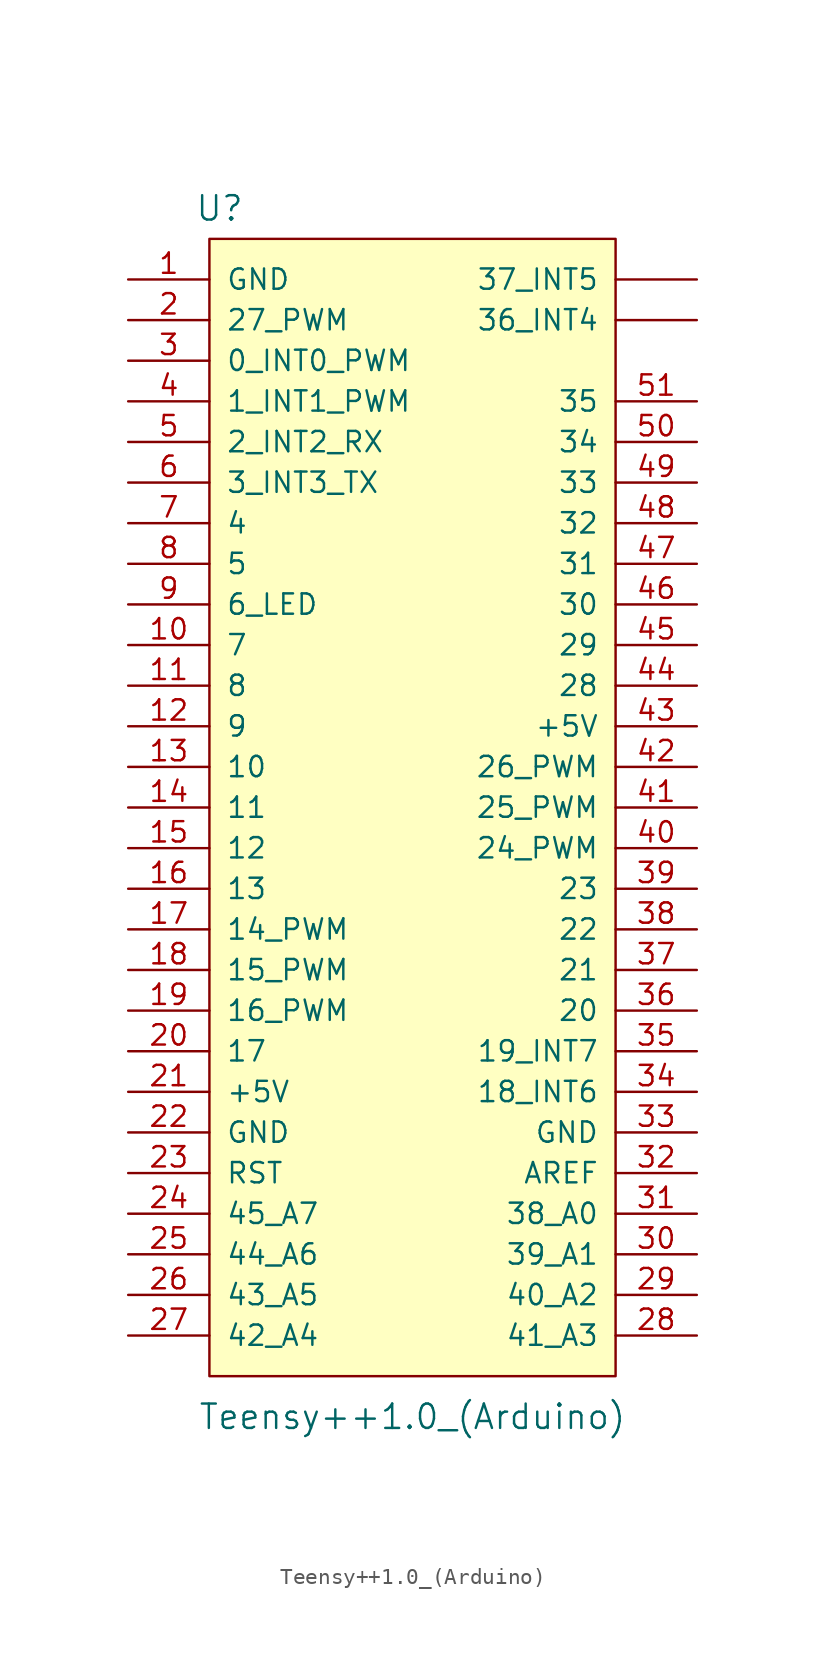
<source format=kicad_sym>
(kicad_symbol_lib
  (version 20241209)
  (generator "kicad_symbol_editor")
  (generator_version "9.0")
  (symbol "Teensy++1.0_(Arduino)"
    (pin_names
      (offset 1.016))
    (property "Reference" "U"
      (at -12.065 37.465 0)
      (effects (font (size 1.524 1.524))))
    (property "Value" "Teensy++1.0_(Arduino)"
      (at 0 -38.1 0)
      (effects (font (size 1.524 1.524))))
    (property "Datasheet" ""
      (at 2.54 -20.32 0)
      (effects (font (size 1.524 1.524))))
    (symbol "Teensy++1.0_(Arduino)_0_1"
      (rectangle (start -12.7 35.56) (end 12.7 -35.56) (stroke (width 0) (type default)) (fill (type background))))
    (symbol "Teensy++1.0_(Arduino)_1_1"
      (pin power_in line (at -17.78 33.02 0) (length 5.08) (name "GND" (effects (font (size 1.27 1.27)))) (number "1" (effects (font (size 1.27 1.27)))))
      (pin bidirectional line (at -17.78 30.48 0) (length 5.08) (name "27_PWM" (effects (font (size 1.27 1.27)))) (number "2" (effects (font (size 1.27 1.27)))))
      (pin bidirectional line (at -17.78 27.94 0) (length 5.08) (name "0_INT0_PWM" (effects (font (size 1.27 1.27)))) (number "3" (effects (font (size 1.27 1.27)))))
      (pin bidirectional line (at -17.78 25.4 0) (length 5.08) (name "1_INT1_PWM" (effects (font (size 1.27 1.27)))) (number "4" (effects (font (size 1.27 1.27)))))
      (pin bidirectional line (at -17.78 22.86 0) (length 5.08) (name "2_INT2_RX" (effects (font (size 1.27 1.27)))) (number "5" (effects (font (size 1.27 1.27)))))
      (pin bidirectional line (at -17.78 20.32 0) (length 5.08) (name "3_INT3_TX" (effects (font (size 1.27 1.27)))) (number "6" (effects (font (size 1.27 1.27)))))
      (pin bidirectional line (at -17.78 17.78 0) (length 5.08) (name "4" (effects (font (size 1.27 1.27)))) (number "7" (effects (font (size 1.27 1.27)))))
      (pin bidirectional line (at -17.78 15.24 0) (length 5.08) (name "5" (effects (font (size 1.27 1.27)))) (number "8" (effects (font (size 1.27 1.27)))))
      (pin bidirectional line (at -17.78 12.7 0) (length 5.08) (name "6_LED" (effects (font (size 1.27 1.27)))) (number "9" (effects (font (size 1.27 1.27)))))
      (pin bidirectional line (at -17.78 10.16 0) (length 5.08) (name "7" (effects (font (size 1.27 1.27)))) (number "10" (effects (font (size 1.27 1.27)))))
      (pin bidirectional line (at -17.78 7.62 0) (length 5.08) (name "8" (effects (font (size 1.27 1.27)))) (number "11" (effects (font (size 1.27 1.27)))))
      (pin bidirectional line (at -17.78 5.08 0) (length 5.08) (name "9" (effects (font (size 1.27 1.27)))) (number "12" (effects (font (size 1.27 1.27)))))
      (pin bidirectional line (at -17.78 2.54 0) (length 5.08) (name "10" (effects (font (size 1.27 1.27)))) (number "13" (effects (font (size 1.27 1.27)))))
      (pin bidirectional line (at -17.78 0 0) (length 5.08) (name "11" (effects (font (size 1.27 1.27)))) (number "14" (effects (font (size 1.27 1.27)))))
      (pin bidirectional line (at -17.78 -2.54 0) (length 5.08) (name "12" (effects (font (size 1.27 1.27)))) (number "15" (effects (font (size 1.27 1.27)))))
      (pin bidirectional line (at -17.78 -5.08 0) (length 5.08) (name "13" (effects (font (size 1.27 1.27)))) (number "16" (effects (font (size 1.27 1.27)))))
      (pin bidirectional line (at -17.78 -7.62 0) (length 5.08) (name "14_PWM" (effects (font (size 1.27 1.27)))) (number "17" (effects (font (size 1.27 1.27)))))
      (pin bidirectional line (at -17.78 -10.16 0) (length 5.08) (name "15_PWM" (effects (font (size 1.27 1.27)))) (number "18" (effects (font (size 1.27 1.27)))))
      (pin bidirectional line (at -17.78 -12.7 0) (length 5.08) (name "16_PWM" (effects (font (size 1.27 1.27)))) (number "19" (effects (font (size 1.27 1.27)))))
      (pin bidirectional line (at -17.78 -15.24 0) (length 5.08) (name "17" (effects (font (size 1.27 1.27)))) (number "20" (effects (font (size 1.27 1.27)))))
      (pin power_in line (at -17.78 -17.78 0) (length 5.08) (name "+5V" (effects (font (size 1.27 1.27)))) (number "21" (effects (font (size 1.27 1.27)))))
      (pin power_in line (at -17.78 -20.32 0) (length 5.08) (name "GND" (effects (font (size 1.27 1.27)))) (number "22" (effects (font (size 1.27 1.27)))))
      (pin input line (at -17.78 -22.86 0) (length 5.08) (name "RST" (effects (font (size 1.27 1.27)))) (number "23" (effects (font (size 1.27 1.27)))))
      (pin bidirectional line (at -17.78 -25.4 0) (length 5.08) (name "45_A7" (effects (font (size 1.27 1.27)))) (number "24" (effects (font (size 1.27 1.27)))))
      (pin bidirectional line (at -17.78 -27.94 0) (length 5.08) (name "44_A6" (effects (font (size 1.27 1.27)))) (number "25" (effects (font (size 1.27 1.27)))))
      (pin bidirectional line (at -17.78 -30.48 0) (length 5.08) (name "43_A5" (effects (font (size 1.27 1.27)))) (number "26" (effects (font (size 1.27 1.27)))))
      (pin bidirectional line (at -17.78 -33.02 0) (length 5.08) (name "42_A4" (effects (font (size 1.27 1.27)))) (number "27" (effects (font (size 1.27 1.27)))))
      (pin bidirectional line (at 17.78 33.02 180) (length 5.08) (name "37_INT5" (effects (font (size 1.27 1.27)))) (number "~" (effects (font (size 1.27 1.27)))))
      (pin bidirectional line (at 17.78 30.48 180) (length 5.08) (name "36_INT4" (effects (font (size 1.27 1.27)))) (number "~" (effects (font (size 1.27 1.27)))))
      (pin bidirectional line (at 17.78 25.4 180) (length 5.08) (name "35" (effects (font (size 1.27 1.27)))) (number "51" (effects (font (size 1.27 1.27)))))
      (pin bidirectional line (at 17.78 22.86 180) (length 5.08) (name "34" (effects (font (size 1.27 1.27)))) (number "50" (effects (font (size 1.27 1.27)))))
      (pin bidirectional line (at 17.78 20.32 180) (length 5.08) (name "33" (effects (font (size 1.27 1.27)))) (number "49" (effects (font (size 1.27 1.27)))))
      (pin bidirectional line (at 17.78 17.78 180) (length 5.08) (name "32" (effects (font (size 1.27 1.27)))) (number "48" (effects (font (size 1.27 1.27)))))
      (pin bidirectional line (at 17.78 15.24 180) (length 5.08) (name "31" (effects (font (size 1.27 1.27)))) (number "47" (effects (font (size 1.27 1.27)))))
      (pin bidirectional line (at 17.78 12.7 180) (length 5.08) (name "30" (effects (font (size 1.27 1.27)))) (number "46" (effects (font (size 1.27 1.27)))))
      (pin bidirectional line (at 17.78 10.16 180) (length 5.08) (name "29" (effects (font (size 1.27 1.27)))) (number "45" (effects (font (size 1.27 1.27)))))
      (pin bidirectional line (at 17.78 7.62 180) (length 5.08) (name "28" (effects (font (size 1.27 1.27)))) (number "44" (effects (font (size 1.27 1.27)))))
      (pin power_in line (at 17.78 5.08 180) (length 5.08) (name "+5V" (effects (font (size 1.27 1.27)))) (number "43" (effects (font (size 1.27 1.27)))))
      (pin bidirectional line (at 17.78 2.54 180) (length 5.08) (name "26_PWM" (effects (font (size 1.27 1.27)))) (number "42" (effects (font (size 1.27 1.27)))))
      (pin bidirectional line (at 17.78 0 180) (length 5.08) (name "25_PWM" (effects (font (size 1.27 1.27)))) (number "41" (effects (font (size 1.27 1.27)))))
      (pin bidirectional line (at 17.78 -2.54 180) (length 5.08) (name "24_PWM" (effects (font (size 1.27 1.27)))) (number "40" (effects (font (size 1.27 1.27)))))
      (pin bidirectional line (at 17.78 -5.08 180) (length 5.08) (name "23" (effects (font (size 1.27 1.27)))) (number "39" (effects (font (size 1.27 1.27)))))
      (pin bidirectional line (at 17.78 -7.62 180) (length 5.08) (name "22" (effects (font (size 1.27 1.27)))) (number "38" (effects (font (size 1.27 1.27)))))
      (pin bidirectional line (at 17.78 -10.16 180) (length 5.08) (name "21" (effects (font (size 1.27 1.27)))) (number "37" (effects (font (size 1.27 1.27)))))
      (pin bidirectional line (at 17.78 -12.7 180) (length 5.08) (name "20" (effects (font (size 1.27 1.27)))) (number "36" (effects (font (size 1.27 1.27)))))
      (pin bidirectional line (at 17.78 -15.24 180) (length 5.08) (name "19_INT7" (effects (font (size 1.27 1.27)))) (number "35" (effects (font (size 1.27 1.27)))))
      (pin bidirectional line (at 17.78 -17.78 180) (length 5.08) (name "18_INT6" (effects (font (size 1.27 1.27)))) (number "34" (effects (font (size 1.27 1.27)))))
      (pin power_in line (at 17.78 -20.32 180) (length 5.08) (name "GND" (effects (font (size 1.27 1.27)))) (number "33" (effects (font (size 1.27 1.27)))))
      (pin input line (at 17.78 -22.86 180) (length 5.08) (name "AREF" (effects (font (size 1.27 1.27)))) (number "32" (effects (font (size 1.27 1.27)))))
      (pin bidirectional line (at 17.78 -25.4 180) (length 5.08) (name "38_A0" (effects (font (size 1.27 1.27)))) (number "31" (effects (font (size 1.27 1.27)))))
      (pin bidirectional line (at 17.78 -27.94 180) (length 5.08) (name "39_A1" (effects (font (size 1.27 1.27)))) (number "30" (effects (font (size 1.27 1.27)))))
      (pin bidirectional line (at 17.78 -30.48 180) (length 5.08) (name "40_A2" (effects (font (size 1.27 1.27)))) (number "29" (effects (font (size 1.27 1.27)))))
      (pin bidirectional line (at 17.78 -33.02 180) (length 5.08) (name "41_A3" (effects (font (size 1.27 1.27)))) (number "28" (effects (font (size 1.27 1.27))))))))
</source>
